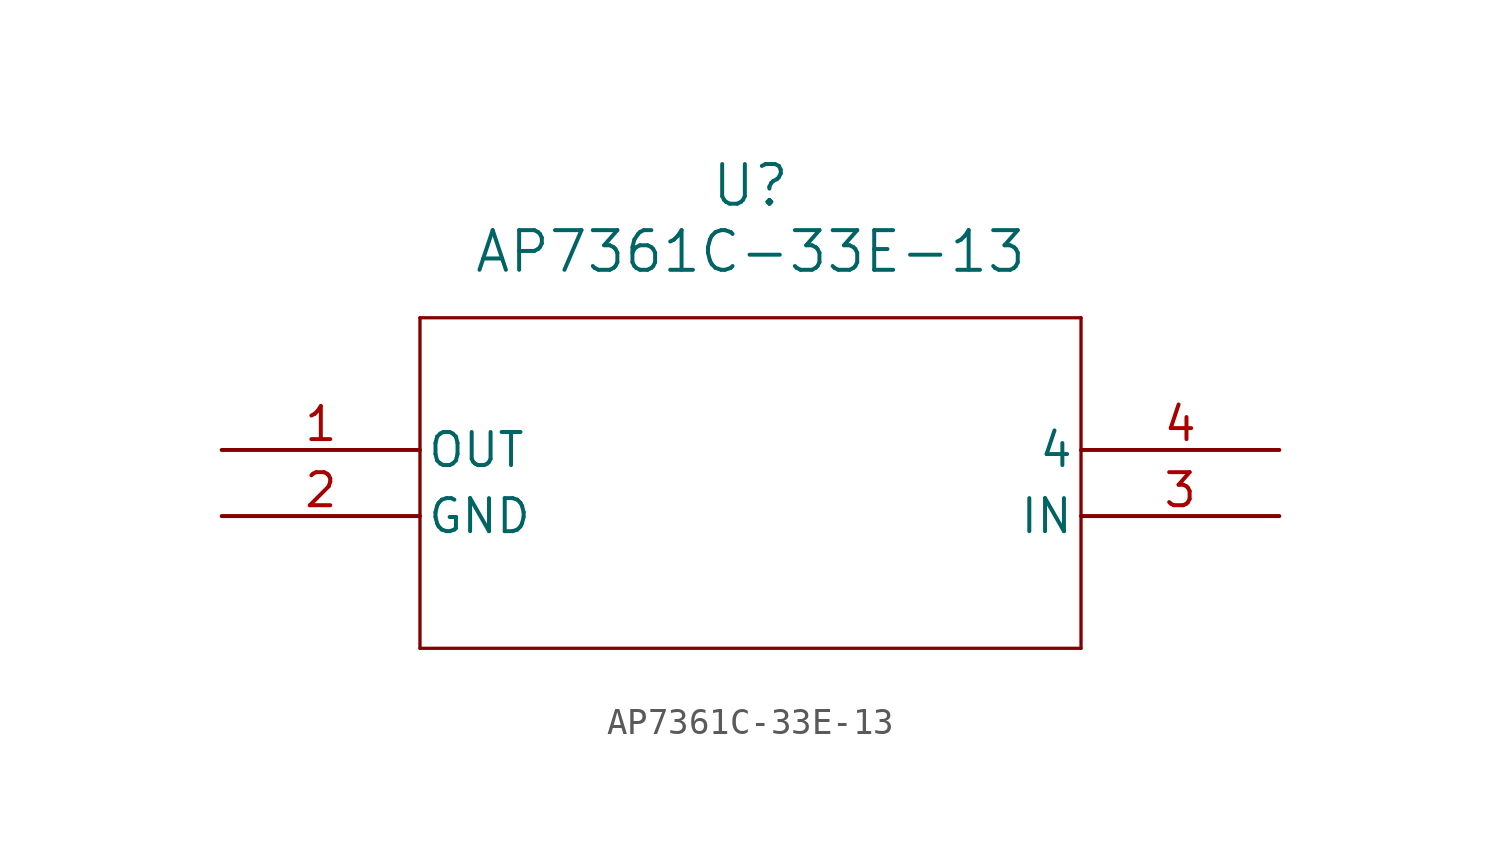
<source format=kicad_sym>
(kicad_symbol_lib
  (version 20231120)
  (generator "kicad_symbol_editor")
  (generator_version "8.0")
  (symbol "AP7361C-33E-13"
    (pin_names
      (offset 0.254))
    (property "Reference" "U"
      (at 20.32 10.16 0)
      (effects (font (size 1.524 1.524))))
    (property "Value" "AP7361C-33E-13"
      (at 20.32 7.62 0)
      (effects (font (size 1.524 1.524))))
    (property "ki_locked" ""
      (at 0 0 0)
      (effects (font (size 1.27 1.27))))
    (symbol "AP7361C-33E-13_0_1"
      (polyline (pts (xy 7.62 -7.62) (xy 33.02 -7.62)) (stroke (width 0.127) (type default)) (fill (type none)))
      (polyline (pts (xy 7.62 5.08) (xy 7.62 -7.62)) (stroke (width 0.127) (type default)) (fill (type none)))
      (polyline (pts (xy 33.02 -7.62) (xy 33.02 5.08)) (stroke (width 0.127) (type default)) (fill (type none)))
      (polyline (pts (xy 33.02 5.08) (xy 7.62 5.08)) (stroke (width 0.127) (type default)) (fill (type none)))
      (pin output line (at 0 0 0) (length 7.62) (name "OUT" (effects (font (size 1.27 1.27)))) (number "1" (effects (font (size 1.27 1.27)))))
      (pin power_out line (at 0 -2.54 0) (length 7.62) (name "GND" (effects (font (size 1.27 1.27)))) (number "2" (effects (font (size 1.27 1.27)))))
      (pin unspecified line (at 40.64 -2.54 180) (length 7.62) (name "IN" (effects (font (size 1.27 1.27)))) (number "3" (effects (font (size 1.27 1.27)))))
      (pin unspecified line (at 40.64 0 180) (length 7.62) (name "4" (effects (font (size 1.27 1.27)))) (number "4" (effects (font (size 1.27 1.27))))))))
</source>
